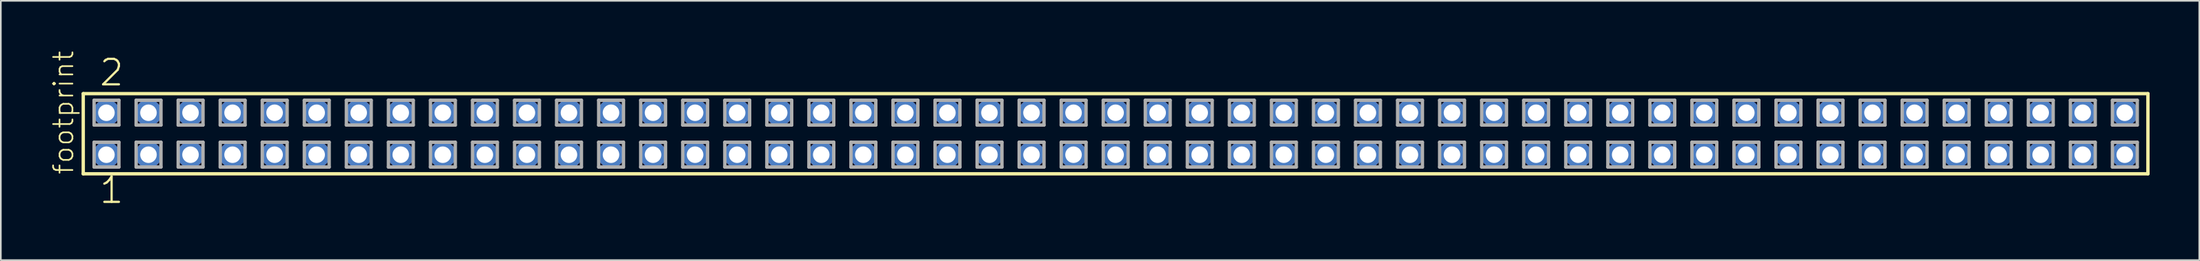
<source format=kicad_pcb>
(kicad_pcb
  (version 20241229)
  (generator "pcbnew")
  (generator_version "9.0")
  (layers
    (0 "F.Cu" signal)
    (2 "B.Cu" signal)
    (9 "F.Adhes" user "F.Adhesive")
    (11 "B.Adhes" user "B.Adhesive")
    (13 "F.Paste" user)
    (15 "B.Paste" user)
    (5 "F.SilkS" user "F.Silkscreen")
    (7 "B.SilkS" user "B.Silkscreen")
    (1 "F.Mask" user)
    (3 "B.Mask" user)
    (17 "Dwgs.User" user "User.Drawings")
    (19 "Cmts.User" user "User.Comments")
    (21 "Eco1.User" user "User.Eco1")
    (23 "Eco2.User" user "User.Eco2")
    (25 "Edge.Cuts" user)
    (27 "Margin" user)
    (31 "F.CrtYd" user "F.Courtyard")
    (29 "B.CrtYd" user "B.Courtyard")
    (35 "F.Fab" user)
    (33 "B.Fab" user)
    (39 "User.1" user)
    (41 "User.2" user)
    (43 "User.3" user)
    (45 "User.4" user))
  (footprint "footprint"
    (layer "F.Cu")
    (at 64.338 5.042)
    (property "Reference" "footprint" (at -62.865 2.54 90) (layer "F.SilkS") (effects (font (size 1.168 1.168) (thickness 0.102)) (justify left bottom)))
    (fp_line (start -62.359 -2.425) (end 62.359 -2.425) (stroke (width 0.203) (type solid)) (layer "F.SilkS"))
    (fp_line (start -62.359 2.425) (end -62.359 -2.425) (stroke (width 0.203) (type solid)) (layer "F.SilkS"))
    (fp_line (start 62.359 -2.425) (end 62.359 2.425) (stroke (width 0.203) (type solid)) (layer "F.SilkS"))
    (fp_line (start 62.359 2.425) (end -62.359 2.425) (stroke (width 0.203) (type solid)) (layer "F.SilkS"))
    (fp_line (start -61.705 -2.025) (end -60.205 -2.025) (stroke (width 0.203) (type solid)) (layer "F.Fab"))
    (fp_line (start -61.705 -0.525) (end -61.705 -2.025) (stroke (width 0.203) (type solid)) (layer "F.Fab"))
    (fp_line (start -61.705 0.515) (end -60.205 0.515) (stroke (width 0.203) (type solid)) (layer "F.Fab"))
    (fp_line (start -61.705 2.015) (end -61.705 0.515) (stroke (width 0.203) (type solid)) (layer "F.Fab"))
    (fp_line (start -60.205 -2.025) (end -60.205 -0.525) (stroke (width 0.203) (type solid)) (layer "F.Fab"))
    (fp_line (start -60.205 -0.525) (end -61.705 -0.525) (stroke (width 0.203) (type solid)) (layer "F.Fab"))
    (fp_line (start -60.205 0.515) (end -60.205 2.015) (stroke (width 0.203) (type solid)) (layer "F.Fab"))
    (fp_line (start -60.205 2.015) (end -61.705 2.015) (stroke (width 0.203) (type solid)) (layer "F.Fab"))
    (fp_line (start -59.165 -2.025) (end -57.665 -2.025) (stroke (width 0.203) (type solid)) (layer "F.Fab"))
    (fp_line (start -59.165 -0.525) (end -59.165 -2.025) (stroke (width 0.203) (type solid)) (layer "F.Fab"))
    (fp_line (start -59.165 0.515) (end -57.665 0.515) (stroke (width 0.203) (type solid)) (layer "F.Fab"))
    (fp_line (start -59.165 2.015) (end -59.165 0.515) (stroke (width 0.203) (type solid)) (layer "F.Fab"))
    (fp_line (start -57.665 -2.025) (end -57.665 -0.525) (stroke (width 0.203) (type solid)) (layer "F.Fab"))
    (fp_line (start -57.665 -0.525) (end -59.165 -0.525) (stroke (width 0.203) (type solid)) (layer "F.Fab"))
    (fp_line (start -57.665 0.515) (end -57.665 2.015) (stroke (width 0.203) (type solid)) (layer "F.Fab"))
    (fp_line (start -57.665 2.015) (end -59.165 2.015) (stroke (width 0.203) (type solid)) (layer "F.Fab"))
    (fp_line (start -56.625 -2.025) (end -55.125 -2.025) (stroke (width 0.203) (type solid)) (layer "F.Fab"))
    (fp_line (start -56.625 -0.525) (end -56.625 -2.025) (stroke (width 0.203) (type solid)) (layer "F.Fab"))
    (fp_line (start -56.625 0.515) (end -55.125 0.515) (stroke (width 0.203) (type solid)) (layer "F.Fab"))
    (fp_line (start -56.625 2.015) (end -56.625 0.515) (stroke (width 0.203) (type solid)) (layer "F.Fab"))
    (fp_line (start -55.125 -2.025) (end -55.125 -0.525) (stroke (width 0.203) (type solid)) (layer "F.Fab"))
    (fp_line (start -55.125 -0.525) (end -56.625 -0.525) (stroke (width 0.203) (type solid)) (layer "F.Fab"))
    (fp_line (start -55.125 0.515) (end -55.125 2.015) (stroke (width 0.203) (type solid)) (layer "F.Fab"))
    (fp_line (start -55.125 2.015) (end -56.625 2.015) (stroke (width 0.203) (type solid)) (layer "F.Fab"))
    (fp_line (start -54.085 -2.025) (end -52.585 -2.025) (stroke (width 0.203) (type solid)) (layer "F.Fab"))
    (fp_line (start -54.085 -0.525) (end -54.085 -2.025) (stroke (width 0.203) (type solid)) (layer "F.Fab"))
    (fp_line (start -54.085 0.515) (end -52.585 0.515) (stroke (width 0.203) (type solid)) (layer "F.Fab"))
    (fp_line (start -54.085 2.015) (end -54.085 0.515) (stroke (width 0.203) (type solid)) (layer "F.Fab"))
    (fp_line (start -52.585 -2.025) (end -52.585 -0.525) (stroke (width 0.203) (type solid)) (layer "F.Fab"))
    (fp_line (start -52.585 -0.525) (end -54.085 -0.525) (stroke (width 0.203) (type solid)) (layer "F.Fab"))
    (fp_line (start -52.585 0.515) (end -52.585 2.015) (stroke (width 0.203) (type solid)) (layer "F.Fab"))
    (fp_line (start -52.585 2.015) (end -54.085 2.015) (stroke (width 0.203) (type solid)) (layer "F.Fab"))
    (fp_line (start -51.545 -2.025) (end -50.045 -2.025) (stroke (width 0.203) (type solid)) (layer "F.Fab"))
    (fp_line (start -51.545 -0.525) (end -51.545 -2.025) (stroke (width 0.203) (type solid)) (layer "F.Fab"))
    (fp_line (start -51.545 0.515) (end -50.045 0.515) (stroke (width 0.203) (type solid)) (layer "F.Fab"))
    (fp_line (start -51.545 2.015) (end -51.545 0.515) (stroke (width 0.203) (type solid)) (layer "F.Fab"))
    (fp_line (start -50.045 -2.025) (end -50.045 -0.525) (stroke (width 0.203) (type solid)) (layer "F.Fab"))
    (fp_line (start -50.045 -0.525) (end -51.545 -0.525) (stroke (width 0.203) (type solid)) (layer "F.Fab"))
    (fp_line (start -50.045 0.515) (end -50.045 2.015) (stroke (width 0.203) (type solid)) (layer "F.Fab"))
    (fp_line (start -50.045 2.015) (end -51.545 2.015) (stroke (width 0.203) (type solid)) (layer "F.Fab"))
    (fp_line (start -49.005 -2.025) (end -47.505 -2.025) (stroke (width 0.203) (type solid)) (layer "F.Fab"))
    (fp_line (start -49.005 -0.525) (end -49.005 -2.025) (stroke (width 0.203) (type solid)) (layer "F.Fab"))
    (fp_line (start -49.005 0.515) (end -47.505 0.515) (stroke (width 0.203) (type solid)) (layer "F.Fab"))
    (fp_line (start -49.005 2.015) (end -49.005 0.515) (stroke (width 0.203) (type solid)) (layer "F.Fab"))
    (fp_line (start -47.505 -2.025) (end -47.505 -0.525) (stroke (width 0.203) (type solid)) (layer "F.Fab"))
    (fp_line (start -47.505 -0.525) (end -49.005 -0.525) (stroke (width 0.203) (type solid)) (layer "F.Fab"))
    (fp_line (start -47.505 0.515) (end -47.505 2.015) (stroke (width 0.203) (type solid)) (layer "F.Fab"))
    (fp_line (start -47.505 2.015) (end -49.005 2.015) (stroke (width 0.203) (type solid)) (layer "F.Fab"))
    (fp_line (start -46.465 -2.025) (end -44.965 -2.025) (stroke (width 0.203) (type solid)) (layer "F.Fab"))
    (fp_line (start -46.465 -0.525) (end -46.465 -2.025) (stroke (width 0.203) (type solid)) (layer "F.Fab"))
    (fp_line (start -46.465 0.515) (end -44.965 0.515) (stroke (width 0.203) (type solid)) (layer "F.Fab"))
    (fp_line (start -46.465 2.015) (end -46.465 0.515) (stroke (width 0.203) (type solid)) (layer "F.Fab"))
    (fp_line (start -44.965 -2.025) (end -44.965 -0.525) (stroke (width 0.203) (type solid)) (layer "F.Fab"))
    (fp_line (start -44.965 -0.525) (end -46.465 -0.525) (stroke (width 0.203) (type solid)) (layer "F.Fab"))
    (fp_line (start -44.965 0.515) (end -44.965 2.015) (stroke (width 0.203) (type solid)) (layer "F.Fab"))
    (fp_line (start -44.965 2.015) (end -46.465 2.015) (stroke (width 0.203) (type solid)) (layer "F.Fab"))
    (fp_line (start -43.925 -2.025) (end -42.425 -2.025) (stroke (width 0.203) (type solid)) (layer "F.Fab"))
    (fp_line (start -43.925 -0.525) (end -43.925 -2.025) (stroke (width 0.203) (type solid)) (layer "F.Fab"))
    (fp_line (start -43.925 0.515) (end -42.425 0.515) (stroke (width 0.203) (type solid)) (layer "F.Fab"))
    (fp_line (start -43.925 2.015) (end -43.925 0.515) (stroke (width 0.203) (type solid)) (layer "F.Fab"))
    (fp_line (start -42.425 -2.025) (end -42.425 -0.525) (stroke (width 0.203) (type solid)) (layer "F.Fab"))
    (fp_line (start -42.425 -0.525) (end -43.925 -0.525) (stroke (width 0.203) (type solid)) (layer "F.Fab"))
    (fp_line (start -42.425 0.515) (end -42.425 2.015) (stroke (width 0.203) (type solid)) (layer "F.Fab"))
    (fp_line (start -42.425 2.015) (end -43.925 2.015) (stroke (width 0.203) (type solid)) (layer "F.Fab"))
    (fp_line (start -41.385 -2.025) (end -39.885 -2.025) (stroke (width 0.203) (type solid)) (layer "F.Fab"))
    (fp_line (start -41.385 -0.525) (end -41.385 -2.025) (stroke (width 0.203) (type solid)) (layer "F.Fab"))
    (fp_line (start -41.385 0.515) (end -39.885 0.515) (stroke (width 0.203) (type solid)) (layer "F.Fab"))
    (fp_line (start -41.385 2.015) (end -41.385 0.515) (stroke (width 0.203) (type solid)) (layer "F.Fab"))
    (fp_line (start -39.885 -2.025) (end -39.885 -0.525) (stroke (width 0.203) (type solid)) (layer "F.Fab"))
    (fp_line (start -39.885 -0.525) (end -41.385 -0.525) (stroke (width 0.203) (type solid)) (layer "F.Fab"))
    (fp_line (start -39.885 0.515) (end -39.885 2.015) (stroke (width 0.203) (type solid)) (layer "F.Fab"))
    (fp_line (start -39.885 2.015) (end -41.385 2.015) (stroke (width 0.203) (type solid)) (layer "F.Fab"))
    (fp_line (start -38.845 -2.025) (end -37.345 -2.025) (stroke (width 0.203) (type solid)) (layer "F.Fab"))
    (fp_line (start -38.845 -0.525) (end -38.845 -2.025) (stroke (width 0.203) (type solid)) (layer "F.Fab"))
    (fp_line (start -38.845 0.515) (end -37.345 0.515) (stroke (width 0.203) (type solid)) (layer "F.Fab"))
    (fp_line (start -38.845 2.015) (end -38.845 0.515) (stroke (width 0.203) (type solid)) (layer "F.Fab"))
    (fp_line (start -37.345 -2.025) (end -37.345 -0.525) (stroke (width 0.203) (type solid)) (layer "F.Fab"))
    (fp_line (start -37.345 -0.525) (end -38.845 -0.525) (stroke (width 0.203) (type solid)) (layer "F.Fab"))
    (fp_line (start -37.345 0.515) (end -37.345 2.015) (stroke (width 0.203) (type solid)) (layer "F.Fab"))
    (fp_line (start -37.345 2.015) (end -38.845 2.015) (stroke (width 0.203) (type solid)) (layer "F.Fab"))
    (fp_line (start -36.305 -2.025) (end -34.805 -2.025) (stroke (width 0.203) (type solid)) (layer "F.Fab"))
    (fp_line (start -36.305 -0.525) (end -36.305 -2.025) (stroke (width 0.203) (type solid)) (layer "F.Fab"))
    (fp_line (start -36.305 0.515) (end -34.805 0.515) (stroke (width 0.203) (type solid)) (layer "F.Fab"))
    (fp_line (start -36.305 2.015) (end -36.305 0.515) (stroke (width 0.203) (type solid)) (layer "F.Fab"))
    (fp_line (start -34.805 -2.025) (end -34.805 -0.525) (stroke (width 0.203) (type solid)) (layer "F.Fab"))
    (fp_line (start -34.805 -0.525) (end -36.305 -0.525) (stroke (width 0.203) (type solid)) (layer "F.Fab"))
    (fp_line (start -34.805 0.515) (end -34.805 2.015) (stroke (width 0.203) (type solid)) (layer "F.Fab"))
    (fp_line (start -34.805 2.015) (end -36.305 2.015) (stroke (width 0.203) (type solid)) (layer "F.Fab"))
    (fp_line (start -33.765 -2.025) (end -32.265 -2.025) (stroke (width 0.203) (type solid)) (layer "F.Fab"))
    (fp_line (start -33.765 -0.525) (end -33.765 -2.025) (stroke (width 0.203) (type solid)) (layer "F.Fab"))
    (fp_line (start -33.765 0.515) (end -32.265 0.515) (stroke (width 0.203) (type solid)) (layer "F.Fab"))
    (fp_line (start -33.765 2.015) (end -33.765 0.515) (stroke (width 0.203) (type solid)) (layer "F.Fab"))
    (fp_line (start -32.265 -2.025) (end -32.265 -0.525) (stroke (width 0.203) (type solid)) (layer "F.Fab"))
    (fp_line (start -32.265 -0.525) (end -33.765 -0.525) (stroke (width 0.203) (type solid)) (layer "F.Fab"))
    (fp_line (start -32.265 0.515) (end -32.265 2.015) (stroke (width 0.203) (type solid)) (layer "F.Fab"))
    (fp_line (start -32.265 2.015) (end -33.765 2.015) (stroke (width 0.203) (type solid)) (layer "F.Fab"))
    (fp_line (start -31.225 -2.025) (end -29.725 -2.025) (stroke (width 0.203) (type solid)) (layer "F.Fab"))
    (fp_line (start -31.225 -0.525) (end -31.225 -2.025) (stroke (width 0.203) (type solid)) (layer "F.Fab"))
    (fp_line (start -31.225 0.515) (end -29.725 0.515) (stroke (width 0.203) (type solid)) (layer "F.Fab"))
    (fp_line (start -31.225 2.015) (end -31.225 0.515) (stroke (width 0.203) (type solid)) (layer "F.Fab"))
    (fp_line (start -29.725 -2.025) (end -29.725 -0.525) (stroke (width 0.203) (type solid)) (layer "F.Fab"))
    (fp_line (start -29.725 -0.525) (end -31.225 -0.525) (stroke (width 0.203) (type solid)) (layer "F.Fab"))
    (fp_line (start -29.725 0.515) (end -29.725 2.015) (stroke (width 0.203) (type solid)) (layer "F.Fab"))
    (fp_line (start -29.725 2.015) (end -31.225 2.015) (stroke (width 0.203) (type solid)) (layer "F.Fab"))
    (fp_line (start -28.685 -2.025) (end -27.185 -2.025) (stroke (width 0.203) (type solid)) (layer "F.Fab"))
    (fp_line (start -28.685 -0.525) (end -28.685 -2.025) (stroke (width 0.203) (type solid)) (layer "F.Fab"))
    (fp_line (start -28.685 0.515) (end -27.185 0.515) (stroke (width 0.203) (type solid)) (layer "F.Fab"))
    (fp_line (start -28.685 2.015) (end -28.685 0.515) (stroke (width 0.203) (type solid)) (layer "F.Fab"))
    (fp_line (start -27.185 -2.025) (end -27.185 -0.525) (stroke (width 0.203) (type solid)) (layer "F.Fab"))
    (fp_line (start -27.185 -0.525) (end -28.685 -0.525) (stroke (width 0.203) (type solid)) (layer "F.Fab"))
    (fp_line (start -27.185 0.515) (end -27.185 2.015) (stroke (width 0.203) (type solid)) (layer "F.Fab"))
    (fp_line (start -27.185 2.015) (end -28.685 2.015) (stroke (width 0.203) (type solid)) (layer "F.Fab"))
    (fp_line (start -26.145 -2.025) (end -24.645 -2.025) (stroke (width 0.203) (type solid)) (layer "F.Fab"))
    (fp_line (start -26.145 -0.525) (end -26.145 -2.025) (stroke (width 0.203) (type solid)) (layer "F.Fab"))
    (fp_line (start -26.145 0.515) (end -24.645 0.515) (stroke (width 0.203) (type solid)) (layer "F.Fab"))
    (fp_line (start -26.145 2.015) (end -26.145 0.515) (stroke (width 0.203) (type solid)) (layer "F.Fab"))
    (fp_line (start -24.645 -2.025) (end -24.645 -0.525) (stroke (width 0.203) (type solid)) (layer "F.Fab"))
    (fp_line (start -24.645 -0.525) (end -26.145 -0.525) (stroke (width 0.203) (type solid)) (layer "F.Fab"))
    (fp_line (start -24.645 0.515) (end -24.645 2.015) (stroke (width 0.203) (type solid)) (layer "F.Fab"))
    (fp_line (start -24.645 2.015) (end -26.145 2.015) (stroke (width 0.203) (type solid)) (layer "F.Fab"))
    (fp_line (start -23.605 -2.025) (end -22.105 -2.025) (stroke (width 0.203) (type solid)) (layer "F.Fab"))
    (fp_line (start -23.605 -0.525) (end -23.605 -2.025) (stroke (width 0.203) (type solid)) (layer "F.Fab"))
    (fp_line (start -23.605 0.515) (end -22.105 0.515) (stroke (width 0.203) (type solid)) (layer "F.Fab"))
    (fp_line (start -23.605 2.015) (end -23.605 0.515) (stroke (width 0.203) (type solid)) (layer "F.Fab"))
    (fp_line (start -22.105 -2.025) (end -22.105 -0.525) (stroke (width 0.203) (type solid)) (layer "F.Fab"))
    (fp_line (start -22.105 -0.525) (end -23.605 -0.525) (stroke (width 0.203) (type solid)) (layer "F.Fab"))
    (fp_line (start -22.105 0.515) (end -22.105 2.015) (stroke (width 0.203) (type solid)) (layer "F.Fab"))
    (fp_line (start -22.105 2.015) (end -23.605 2.015) (stroke (width 0.203) (type solid)) (layer "F.Fab"))
    (fp_line (start -21.065 -2.025) (end -19.565 -2.025) (stroke (width 0.203) (type solid)) (layer "F.Fab"))
    (fp_line (start -21.065 -0.525) (end -21.065 -2.025) (stroke (width 0.203) (type solid)) (layer "F.Fab"))
    (fp_line (start -21.065 0.515) (end -19.565 0.515) (stroke (width 0.203) (type solid)) (layer "F.Fab"))
    (fp_line (start -21.065 2.015) (end -21.065 0.515) (stroke (width 0.203) (type solid)) (layer "F.Fab"))
    (fp_line (start -19.565 -2.025) (end -19.565 -0.525) (stroke (width 0.203) (type solid)) (layer "F.Fab"))
    (fp_line (start -19.565 -0.525) (end -21.065 -0.525) (stroke (width 0.203) (type solid)) (layer "F.Fab"))
    (fp_line (start -19.565 0.515) (end -19.565 2.015) (stroke (width 0.203) (type solid)) (layer "F.Fab"))
    (fp_line (start -19.565 2.015) (end -21.065 2.015) (stroke (width 0.203) (type solid)) (layer "F.Fab"))
    (fp_line (start -18.525 -2.025) (end -17.025 -2.025) (stroke (width 0.203) (type solid)) (layer "F.Fab"))
    (fp_line (start -18.525 -0.525) (end -18.525 -2.025) (stroke (width 0.203) (type solid)) (layer "F.Fab"))
    (fp_line (start -18.525 0.515) (end -17.025 0.515) (stroke (width 0.203) (type solid)) (layer "F.Fab"))
    (fp_line (start -18.525 2.015) (end -18.525 0.515) (stroke (width 0.203) (type solid)) (layer "F.Fab"))
    (fp_line (start -17.025 -2.025) (end -17.025 -0.525) (stroke (width 0.203) (type solid)) (layer "F.Fab"))
    (fp_line (start -17.025 -0.525) (end -18.525 -0.525) (stroke (width 0.203) (type solid)) (layer "F.Fab"))
    (fp_line (start -17.025 0.515) (end -17.025 2.015) (stroke (width 0.203) (type solid)) (layer "F.Fab"))
    (fp_line (start -17.025 2.015) (end -18.525 2.015) (stroke (width 0.203) (type solid)) (layer "F.Fab"))
    (fp_line (start -15.985 -2.025) (end -14.485 -2.025) (stroke (width 0.203) (type solid)) (layer "F.Fab"))
    (fp_line (start -15.985 -0.525) (end -15.985 -2.025) (stroke (width 0.203) (type solid)) (layer "F.Fab"))
    (fp_line (start -15.985 0.515) (end -14.485 0.515) (stroke (width 0.203) (type solid)) (layer "F.Fab"))
    (fp_line (start -15.985 2.015) (end -15.985 0.515) (stroke (width 0.203) (type solid)) (layer "F.Fab"))
    (fp_line (start -14.485 -2.025) (end -14.485 -0.525) (stroke (width 0.203) (type solid)) (layer "F.Fab"))
    (fp_line (start -14.485 -0.525) (end -15.985 -0.525) (stroke (width 0.203) (type solid)) (layer "F.Fab"))
    (fp_line (start -14.485 0.515) (end -14.485 2.015) (stroke (width 0.203) (type solid)) (layer "F.Fab"))
    (fp_line (start -14.485 2.015) (end -15.985 2.015) (stroke (width 0.203) (type solid)) (layer "F.Fab"))
    (fp_line (start -13.445 -2.025) (end -11.945 -2.025) (stroke (width 0.203) (type solid)) (layer "F.Fab"))
    (fp_line (start -13.445 -0.525) (end -13.445 -2.025) (stroke (width 0.203) (type solid)) (layer "F.Fab"))
    (fp_line (start -13.445 0.515) (end -11.945 0.515) (stroke (width 0.203) (type solid)) (layer "F.Fab"))
    (fp_line (start -13.445 2.015) (end -13.445 0.515) (stroke (width 0.203) (type solid)) (layer "F.Fab"))
    (fp_line (start -11.945 -2.025) (end -11.945 -0.525) (stroke (width 0.203) (type solid)) (layer "F.Fab"))
    (fp_line (start -11.945 -0.525) (end -13.445 -0.525) (stroke (width 0.203) (type solid)) (layer "F.Fab"))
    (fp_line (start -11.945 0.515) (end -11.945 2.015) (stroke (width 0.203) (type solid)) (layer "F.Fab"))
    (fp_line (start -11.945 2.015) (end -13.445 2.015) (stroke (width 0.203) (type solid)) (layer "F.Fab"))
    (fp_line (start -10.905 -2.025) (end -9.405 -2.025) (stroke (width 0.203) (type solid)) (layer "F.Fab"))
    (fp_line (start -10.905 -0.525) (end -10.905 -2.025) (stroke (width 0.203) (type solid)) (layer "F.Fab"))
    (fp_line (start -10.905 0.515) (end -9.405 0.515) (stroke (width 0.203) (type solid)) (layer "F.Fab"))
    (fp_line (start -10.905 2.015) (end -10.905 0.515) (stroke (width 0.203) (type solid)) (layer "F.Fab"))
    (fp_line (start -9.405 -2.025) (end -9.405 -0.525) (stroke (width 0.203) (type solid)) (layer "F.Fab"))
    (fp_line (start -9.405 -0.525) (end -10.905 -0.525) (stroke (width 0.203) (type solid)) (layer "F.Fab"))
    (fp_line (start -9.405 0.515) (end -9.405 2.015) (stroke (width 0.203) (type solid)) (layer "F.Fab"))
    (fp_line (start -9.405 2.015) (end -10.905 2.015) (stroke (width 0.203) (type solid)) (layer "F.Fab"))
    (fp_line (start -8.365 -2.025) (end -6.865 -2.025) (stroke (width 0.203) (type solid)) (layer "F.Fab"))
    (fp_line (start -8.365 -0.525) (end -8.365 -2.025) (stroke (width 0.203) (type solid)) (layer "F.Fab"))
    (fp_line (start -8.365 0.515) (end -6.865 0.515) (stroke (width 0.203) (type solid)) (layer "F.Fab"))
    (fp_line (start -8.365 2.015) (end -8.365 0.515) (stroke (width 0.203) (type solid)) (layer "F.Fab"))
    (fp_line (start -6.865 -2.025) (end -6.865 -0.525) (stroke (width 0.203) (type solid)) (layer "F.Fab"))
    (fp_line (start -6.865 -0.525) (end -8.365 -0.525) (stroke (width 0.203) (type solid)) (layer "F.Fab"))
    (fp_line (start -6.865 0.515) (end -6.865 2.015) (stroke (width 0.203) (type solid)) (layer "F.Fab"))
    (fp_line (start -6.865 2.015) (end -8.365 2.015) (stroke (width 0.203) (type solid)) (layer "F.Fab"))
    (fp_line (start -5.825 -2.025) (end -4.325 -2.025) (stroke (width 0.203) (type solid)) (layer "F.Fab"))
    (fp_line (start -5.825 -0.525) (end -5.825 -2.025) (stroke (width 0.203) (type solid)) (layer "F.Fab"))
    (fp_line (start -5.825 0.515) (end -4.325 0.515) (stroke (width 0.203) (type solid)) (layer "F.Fab"))
    (fp_line (start -5.825 2.015) (end -5.825 0.515) (stroke (width 0.203) (type solid)) (layer "F.Fab"))
    (fp_line (start -4.325 -2.025) (end -4.325 -0.525) (stroke (width 0.203) (type solid)) (layer "F.Fab"))
    (fp_line (start -4.325 -0.525) (end -5.825 -0.525) (stroke (width 0.203) (type solid)) (layer "F.Fab"))
    (fp_line (start -4.325 0.515) (end -4.325 2.015) (stroke (width 0.203) (type solid)) (layer "F.Fab"))
    (fp_line (start -4.325 2.015) (end -5.825 2.015) (stroke (width 0.203) (type solid)) (layer "F.Fab"))
    (fp_line (start -3.285 -2.025) (end -1.785 -2.025) (stroke (width 0.203) (type solid)) (layer "F.Fab"))
    (fp_line (start -3.285 -0.525) (end -3.285 -2.025) (stroke (width 0.203) (type solid)) (layer "F.Fab"))
    (fp_line (start -3.285 0.515) (end -1.785 0.515) (stroke (width 0.203) (type solid)) (layer "F.Fab"))
    (fp_line (start -3.285 2.015) (end -3.285 0.515) (stroke (width 0.203) (type solid)) (layer "F.Fab"))
    (fp_line (start -1.785 -2.025) (end -1.785 -0.525) (stroke (width 0.203) (type solid)) (layer "F.Fab"))
    (fp_line (start -1.785 -0.525) (end -3.285 -0.525) (stroke (width 0.203) (type solid)) (layer "F.Fab"))
    (fp_line (start -1.785 0.515) (end -1.785 2.015) (stroke (width 0.203) (type solid)) (layer "F.Fab"))
    (fp_line (start -1.785 2.015) (end -3.285 2.015) (stroke (width 0.203) (type solid)) (layer "F.Fab"))
    (fp_line (start -0.745 -2.025) (end 0.755 -2.025) (stroke (width 0.203) (type solid)) (layer "F.Fab"))
    (fp_line (start -0.745 -0.525) (end -0.745 -2.025) (stroke (width 0.203) (type solid)) (layer "F.Fab"))
    (fp_line (start -0.745 0.515) (end 0.755 0.515) (stroke (width 0.203) (type solid)) (layer "F.Fab"))
    (fp_line (start -0.745 2.015) (end -0.745 0.515) (stroke (width 0.203) (type solid)) (layer "F.Fab"))
    (fp_line (start 0.755 -2.025) (end 0.755 -0.525) (stroke (width 0.203) (type solid)) (layer "F.Fab"))
    (fp_line (start 0.755 -0.525) (end -0.745 -0.525) (stroke (width 0.203) (type solid)) (layer "F.Fab"))
    (fp_line (start 0.755 0.515) (end 0.755 2.015) (stroke (width 0.203) (type solid)) (layer "F.Fab"))
    (fp_line (start 0.755 2.015) (end -0.745 2.015) (stroke (width 0.203) (type solid)) (layer "F.Fab"))
    (fp_line (start 1.795 -2.025) (end 3.295 -2.025) (stroke (width 0.203) (type solid)) (layer "F.Fab"))
    (fp_line (start 1.795 -0.525) (end 1.795 -2.025) (stroke (width 0.203) (type solid)) (layer "F.Fab"))
    (fp_line (start 1.795 0.515) (end 3.295 0.515) (stroke (width 0.203) (type solid)) (layer "F.Fab"))
    (fp_line (start 1.795 2.015) (end 1.795 0.515) (stroke (width 0.203) (type solid)) (layer "F.Fab"))
    (fp_line (start 3.295 -2.025) (end 3.295 -0.525) (stroke (width 0.203) (type solid)) (layer "F.Fab"))
    (fp_line (start 3.295 -0.525) (end 1.795 -0.525) (stroke (width 0.203) (type solid)) (layer "F.Fab"))
    (fp_line (start 3.295 0.515) (end 3.295 2.015) (stroke (width 0.203) (type solid)) (layer "F.Fab"))
    (fp_line (start 3.295 2.015) (end 1.795 2.015) (stroke (width 0.203) (type solid)) (layer "F.Fab"))
    (fp_line (start 4.335 -2.025) (end 5.835 -2.025) (stroke (width 0.203) (type solid)) (layer "F.Fab"))
    (fp_line (start 4.335 -0.525) (end 4.335 -2.025) (stroke (width 0.203) (type solid)) (layer "F.Fab"))
    (fp_line (start 4.335 0.515) (end 5.835 0.515) (stroke (width 0.203) (type solid)) (layer "F.Fab"))
    (fp_line (start 4.335 2.015) (end 4.335 0.515) (stroke (width 0.203) (type solid)) (layer "F.Fab"))
    (fp_line (start 5.835 -2.025) (end 5.835 -0.525) (stroke (width 0.203) (type solid)) (layer "F.Fab"))
    (fp_line (start 5.835 -0.525) (end 4.335 -0.525) (stroke (width 0.203) (type solid)) (layer "F.Fab"))
    (fp_line (start 5.835 0.515) (end 5.835 2.015) (stroke (width 0.203) (type solid)) (layer "F.Fab"))
    (fp_line (start 5.835 2.015) (end 4.335 2.015) (stroke (width 0.203) (type solid)) (layer "F.Fab"))
    (fp_line (start 6.875 -2.025) (end 8.375 -2.025) (stroke (width 0.203) (type solid)) (layer "F.Fab"))
    (fp_line (start 6.875 -0.525) (end 6.875 -2.025) (stroke (width 0.203) (type solid)) (layer "F.Fab"))
    (fp_line (start 6.875 0.515) (end 8.375 0.515) (stroke (width 0.203) (type solid)) (layer "F.Fab"))
    (fp_line (start 6.875 2.015) (end 6.875 0.515) (stroke (width 0.203) (type solid)) (layer "F.Fab"))
    (fp_line (start 8.375 -2.025) (end 8.375 -0.525) (stroke (width 0.203) (type solid)) (layer "F.Fab"))
    (fp_line (start 8.375 -0.525) (end 6.875 -0.525) (stroke (width 0.203) (type solid)) (layer "F.Fab"))
    (fp_line (start 8.375 0.515) (end 8.375 2.015) (stroke (width 0.203) (type solid)) (layer "F.Fab"))
    (fp_line (start 8.375 2.015) (end 6.875 2.015) (stroke (width 0.203) (type solid)) (layer "F.Fab"))
    (fp_line (start 9.415 -2.025) (end 10.915 -2.025) (stroke (width 0.203) (type solid)) (layer "F.Fab"))
    (fp_line (start 9.415 -0.525) (end 9.415 -2.025) (stroke (width 0.203) (type solid)) (layer "F.Fab"))
    (fp_line (start 9.415 0.515) (end 10.915 0.515) (stroke (width 0.203) (type solid)) (layer "F.Fab"))
    (fp_line (start 9.415 2.015) (end 9.415 0.515) (stroke (width 0.203) (type solid)) (layer "F.Fab"))
    (fp_line (start 10.915 -2.025) (end 10.915 -0.525) (stroke (width 0.203) (type solid)) (layer "F.Fab"))
    (fp_line (start 10.915 -0.525) (end 9.415 -0.525) (stroke (width 0.203) (type solid)) (layer "F.Fab"))
    (fp_line (start 10.915 0.515) (end 10.915 2.015) (stroke (width 0.203) (type solid)) (layer "F.Fab"))
    (fp_line (start 10.915 2.015) (end 9.415 2.015) (stroke (width 0.203) (type solid)) (layer "F.Fab"))
    (fp_line (start 11.955 -2.025) (end 13.455 -2.025) (stroke (width 0.203) (type solid)) (layer "F.Fab"))
    (fp_line (start 11.955 -0.525) (end 11.955 -2.025) (stroke (width 0.203) (type solid)) (layer "F.Fab"))
    (fp_line (start 11.955 0.515) (end 13.455 0.515) (stroke (width 0.203) (type solid)) (layer "F.Fab"))
    (fp_line (start 11.955 2.015) (end 11.955 0.515) (stroke (width 0.203) (type solid)) (layer "F.Fab"))
    (fp_line (start 13.455 -2.025) (end 13.455 -0.525) (stroke (width 0.203) (type solid)) (layer "F.Fab"))
    (fp_line (start 13.455 -0.525) (end 11.955 -0.525) (stroke (width 0.203) (type solid)) (layer "F.Fab"))
    (fp_line (start 13.455 0.515) (end 13.455 2.015) (stroke (width 0.203) (type solid)) (layer "F.Fab"))
    (fp_line (start 13.455 2.015) (end 11.955 2.015) (stroke (width 0.203) (type solid)) (layer "F.Fab"))
    (fp_line (start 14.495 -2.025) (end 15.995 -2.025) (stroke (width 0.203) (type solid)) (layer "F.Fab"))
    (fp_line (start 14.495 -0.525) (end 14.495 -2.025) (stroke (width 0.203) (type solid)) (layer "F.Fab"))
    (fp_line (start 14.495 0.515) (end 15.995 0.515) (stroke (width 0.203) (type solid)) (layer "F.Fab"))
    (fp_line (start 14.495 2.015) (end 14.495 0.515) (stroke (width 0.203) (type solid)) (layer "F.Fab"))
    (fp_line (start 15.995 -2.025) (end 15.995 -0.525) (stroke (width 0.203) (type solid)) (layer "F.Fab"))
    (fp_line (start 15.995 -0.525) (end 14.495 -0.525) (stroke (width 0.203) (type solid)) (layer "F.Fab"))
    (fp_line (start 15.995 0.515) (end 15.995 2.015) (stroke (width 0.203) (type solid)) (layer "F.Fab"))
    (fp_line (start 15.995 2.015) (end 14.495 2.015) (stroke (width 0.203) (type solid)) (layer "F.Fab"))
    (fp_line (start 17.035 -2.025) (end 18.535 -2.025) (stroke (width 0.203) (type solid)) (layer "F.Fab"))
    (fp_line (start 17.035 -0.525) (end 17.035 -2.025) (stroke (width 0.203) (type solid)) (layer "F.Fab"))
    (fp_line (start 17.035 0.515) (end 18.535 0.515) (stroke (width 0.203) (type solid)) (layer "F.Fab"))
    (fp_line (start 17.035 2.015) (end 17.035 0.515) (stroke (width 0.203) (type solid)) (layer "F.Fab"))
    (fp_line (start 18.535 -2.025) (end 18.535 -0.525) (stroke (width 0.203) (type solid)) (layer "F.Fab"))
    (fp_line (start 18.535 -0.525) (end 17.035 -0.525) (stroke (width 0.203) (type solid)) (layer "F.Fab"))
    (fp_line (start 18.535 0.515) (end 18.535 2.015) (stroke (width 0.203) (type solid)) (layer "F.Fab"))
    (fp_line (start 18.535 2.015) (end 17.035 2.015) (stroke (width 0.203) (type solid)) (layer "F.Fab"))
    (fp_line (start 19.575 -2.025) (end 21.075 -2.025) (stroke (width 0.203) (type solid)) (layer "F.Fab"))
    (fp_line (start 19.575 -0.525) (end 19.575 -2.025) (stroke (width 0.203) (type solid)) (layer "F.Fab"))
    (fp_line (start 19.575 0.515) (end 21.075 0.515) (stroke (width 0.203) (type solid)) (layer "F.Fab"))
    (fp_line (start 19.575 2.015) (end 19.575 0.515) (stroke (width 0.203) (type solid)) (layer "F.Fab"))
    (fp_line (start 21.075 -2.025) (end 21.075 -0.525) (stroke (width 0.203) (type solid)) (layer "F.Fab"))
    (fp_line (start 21.075 -0.525) (end 19.575 -0.525) (stroke (width 0.203) (type solid)) (layer "F.Fab"))
    (fp_line (start 21.075 0.515) (end 21.075 2.015) (stroke (width 0.203) (type solid)) (layer "F.Fab"))
    (fp_line (start 21.075 2.015) (end 19.575 2.015) (stroke (width 0.203) (type solid)) (layer "F.Fab"))
    (fp_line (start 22.115 -2.025) (end 23.615 -2.025) (stroke (width 0.203) (type solid)) (layer "F.Fab"))
    (fp_line (start 22.115 -0.525) (end 22.115 -2.025) (stroke (width 0.203) (type solid)) (layer "F.Fab"))
    (fp_line (start 22.115 0.515) (end 23.615 0.515) (stroke (width 0.203) (type solid)) (layer "F.Fab"))
    (fp_line (start 22.115 2.015) (end 22.115 0.515) (stroke (width 0.203) (type solid)) (layer "F.Fab"))
    (fp_line (start 23.615 -2.025) (end 23.615 -0.525) (stroke (width 0.203) (type solid)) (layer "F.Fab"))
    (fp_line (start 23.615 -0.525) (end 22.115 -0.525) (stroke (width 0.203) (type solid)) (layer "F.Fab"))
    (fp_line (start 23.615 0.515) (end 23.615 2.015) (stroke (width 0.203) (type solid)) (layer "F.Fab"))
    (fp_line (start 23.615 2.015) (end 22.115 2.015) (stroke (width 0.203) (type solid)) (layer "F.Fab"))
    (fp_line (start 24.655 -2.025) (end 26.155 -2.025) (stroke (width 0.203) (type solid)) (layer "F.Fab"))
    (fp_line (start 24.655 -0.525) (end 24.655 -2.025) (stroke (width 0.203) (type solid)) (layer "F.Fab"))
    (fp_line (start 24.655 0.515) (end 26.155 0.515) (stroke (width 0.203) (type solid)) (layer "F.Fab"))
    (fp_line (start 24.655 2.015) (end 24.655 0.515) (stroke (width 0.203) (type solid)) (layer "F.Fab"))
    (fp_line (start 26.155 -2.025) (end 26.155 -0.525) (stroke (width 0.203) (type solid)) (layer "F.Fab"))
    (fp_line (start 26.155 -0.525) (end 24.655 -0.525) (stroke (width 0.203) (type solid)) (layer "F.Fab"))
    (fp_line (start 26.155 0.515) (end 26.155 2.015) (stroke (width 0.203) (type solid)) (layer "F.Fab"))
    (fp_line (start 26.155 2.015) (end 24.655 2.015) (stroke (width 0.203) (type solid)) (layer "F.Fab"))
    (fp_line (start 27.195 -2.025) (end 28.695 -2.025) (stroke (width 0.203) (type solid)) (layer "F.Fab"))
    (fp_line (start 27.195 -0.525) (end 27.195 -2.025) (stroke (width 0.203) (type solid)) (layer "F.Fab"))
    (fp_line (start 27.195 0.515) (end 28.695 0.515) (stroke (width 0.203) (type solid)) (layer "F.Fab"))
    (fp_line (start 27.195 2.015) (end 27.195 0.515) (stroke (width 0.203) (type solid)) (layer "F.Fab"))
    (fp_line (start 28.695 -2.025) (end 28.695 -0.525) (stroke (width 0.203) (type solid)) (layer "F.Fab"))
    (fp_line (start 28.695 -0.525) (end 27.195 -0.525) (stroke (width 0.203) (type solid)) (layer "F.Fab"))
    (fp_line (start 28.695 0.515) (end 28.695 2.015) (stroke (width 0.203) (type solid)) (layer "F.Fab"))
    (fp_line (start 28.695 2.015) (end 27.195 2.015) (stroke (width 0.203) (type solid)) (layer "F.Fab"))
    (fp_line (start 29.735 -2.025) (end 31.235 -2.025) (stroke (width 0.203) (type solid)) (layer "F.Fab"))
    (fp_line (start 29.735 -0.525) (end 29.735 -2.025) (stroke (width 0.203) (type solid)) (layer "F.Fab"))
    (fp_line (start 29.735 0.515) (end 31.235 0.515) (stroke (width 0.203) (type solid)) (layer "F.Fab"))
    (fp_line (start 29.735 2.015) (end 29.735 0.515) (stroke (width 0.203) (type solid)) (layer "F.Fab"))
    (fp_line (start 31.235 -2.025) (end 31.235 -0.525) (stroke (width 0.203) (type solid)) (layer "F.Fab"))
    (fp_line (start 31.235 -0.525) (end 29.735 -0.525) (stroke (width 0.203) (type solid)) (layer "F.Fab"))
    (fp_line (start 31.235 0.515) (end 31.235 2.015) (stroke (width 0.203) (type solid)) (layer "F.Fab"))
    (fp_line (start 31.235 2.015) (end 29.735 2.015) (stroke (width 0.203) (type solid)) (layer "F.Fab"))
    (fp_line (start 32.275 -2.025) (end 33.775 -2.025) (stroke (width 0.203) (type solid)) (layer "F.Fab"))
    (fp_line (start 32.275 -0.525) (end 32.275 -2.025) (stroke (width 0.203) (type solid)) (layer "F.Fab"))
    (fp_line (start 32.275 0.515) (end 33.775 0.515) (stroke (width 0.203) (type solid)) (layer "F.Fab"))
    (fp_line (start 32.275 2.015) (end 32.275 0.515) (stroke (width 0.203) (type solid)) (layer "F.Fab"))
    (fp_line (start 33.775 -2.025) (end 33.775 -0.525) (stroke (width 0.203) (type solid)) (layer "F.Fab"))
    (fp_line (start 33.775 -0.525) (end 32.275 -0.525) (stroke (width 0.203) (type solid)) (layer "F.Fab"))
    (fp_line (start 33.775 0.515) (end 33.775 2.015) (stroke (width 0.203) (type solid)) (layer "F.Fab"))
    (fp_line (start 33.775 2.015) (end 32.275 2.015) (stroke (width 0.203) (type solid)) (layer "F.Fab"))
    (fp_line (start 34.815 -2.025) (end 36.315 -2.025) (stroke (width 0.203) (type solid)) (layer "F.Fab"))
    (fp_line (start 34.815 -0.525) (end 34.815 -2.025) (stroke (width 0.203) (type solid)) (layer "F.Fab"))
    (fp_line (start 34.815 0.515) (end 36.315 0.515) (stroke (width 0.203) (type solid)) (layer "F.Fab"))
    (fp_line (start 34.815 2.015) (end 34.815 0.515) (stroke (width 0.203) (type solid)) (layer "F.Fab"))
    (fp_line (start 36.315 -2.025) (end 36.315 -0.525) (stroke (width 0.203) (type solid)) (layer "F.Fab"))
    (fp_line (start 36.315 -0.525) (end 34.815 -0.525) (stroke (width 0.203) (type solid)) (layer "F.Fab"))
    (fp_line (start 36.315 0.515) (end 36.315 2.015) (stroke (width 0.203) (type solid)) (layer "F.Fab"))
    (fp_line (start 36.315 2.015) (end 34.815 2.015) (stroke (width 0.203) (type solid)) (layer "F.Fab"))
    (fp_line (start 37.355 -2.025) (end 38.855 -2.025) (stroke (width 0.203) (type solid)) (layer "F.Fab"))
    (fp_line (start 37.355 -0.525) (end 37.355 -2.025) (stroke (width 0.203) (type solid)) (layer "F.Fab"))
    (fp_line (start 37.355 0.515) (end 38.855 0.515) (stroke (width 0.203) (type solid)) (layer "F.Fab"))
    (fp_line (start 37.355 2.015) (end 37.355 0.515) (stroke (width 0.203) (type solid)) (layer "F.Fab"))
    (fp_line (start 38.855 -2.025) (end 38.855 -0.525) (stroke (width 0.203) (type solid)) (layer "F.Fab"))
    (fp_line (start 38.855 -0.525) (end 37.355 -0.525) (stroke (width 0.203) (type solid)) (layer "F.Fab"))
    (fp_line (start 38.855 0.515) (end 38.855 2.015) (stroke (width 0.203) (type solid)) (layer "F.Fab"))
    (fp_line (start 38.855 2.015) (end 37.355 2.015) (stroke (width 0.203) (type solid)) (layer "F.Fab"))
    (fp_line (start 39.895 -2.025) (end 41.395 -2.025) (stroke (width 0.203) (type solid)) (layer "F.Fab"))
    (fp_line (start 39.895 -0.525) (end 39.895 -2.025) (stroke (width 0.203) (type solid)) (layer "F.Fab"))
    (fp_line (start 39.895 0.515) (end 41.395 0.515) (stroke (width 0.203) (type solid)) (layer "F.Fab"))
    (fp_line (start 39.895 2.015) (end 39.895 0.515) (stroke (width 0.203) (type solid)) (layer "F.Fab"))
    (fp_line (start 41.395 -2.025) (end 41.395 -0.525) (stroke (width 0.203) (type solid)) (layer "F.Fab"))
    (fp_line (start 41.395 -0.525) (end 39.895 -0.525) (stroke (width 0.203) (type solid)) (layer "F.Fab"))
    (fp_line (start 41.395 0.515) (end 41.395 2.015) (stroke (width 0.203) (type solid)) (layer "F.Fab"))
    (fp_line (start 41.395 2.015) (end 39.895 2.015) (stroke (width 0.203) (type solid)) (layer "F.Fab"))
    (fp_line (start 42.435 -2.025) (end 43.935 -2.025) (stroke (width 0.203) (type solid)) (layer "F.Fab"))
    (fp_line (start 42.435 -0.525) (end 42.435 -2.025) (stroke (width 0.203) (type solid)) (layer "F.Fab"))
    (fp_line (start 42.435 0.515) (end 43.935 0.515) (stroke (width 0.203) (type solid)) (layer "F.Fab"))
    (fp_line (start 42.435 2.015) (end 42.435 0.515) (stroke (width 0.203) (type solid)) (layer "F.Fab"))
    (fp_line (start 43.935 -2.025) (end 43.935 -0.525) (stroke (width 0.203) (type solid)) (layer "F.Fab"))
    (fp_line (start 43.935 -0.525) (end 42.435 -0.525) (stroke (width 0.203) (type solid)) (layer "F.Fab"))
    (fp_line (start 43.935 0.515) (end 43.935 2.015) (stroke (width 0.203) (type solid)) (layer "F.Fab"))
    (fp_line (start 43.935 2.015) (end 42.435 2.015) (stroke (width 0.203) (type solid)) (layer "F.Fab"))
    (fp_line (start 44.975 -2.025) (end 46.475 -2.025) (stroke (width 0.203) (type solid)) (layer "F.Fab"))
    (fp_line (start 44.975 -0.525) (end 44.975 -2.025) (stroke (width 0.203) (type solid)) (layer "F.Fab"))
    (fp_line (start 44.975 0.515) (end 46.475 0.515) (stroke (width 0.203) (type solid)) (layer "F.Fab"))
    (fp_line (start 44.975 2.015) (end 44.975 0.515) (stroke (width 0.203) (type solid)) (layer "F.Fab"))
    (fp_line (start 46.475 -2.025) (end 46.475 -0.525) (stroke (width 0.203) (type solid)) (layer "F.Fab"))
    (fp_line (start 46.475 -0.525) (end 44.975 -0.525) (stroke (width 0.203) (type solid)) (layer "F.Fab"))
    (fp_line (start 46.475 0.515) (end 46.475 2.015) (stroke (width 0.203) (type solid)) (layer "F.Fab"))
    (fp_line (start 46.475 2.015) (end 44.975 2.015) (stroke (width 0.203) (type solid)) (layer "F.Fab"))
    (fp_line (start 47.515 -2.025) (end 49.015 -2.025) (stroke (width 0.203) (type solid)) (layer "F.Fab"))
    (fp_line (start 47.515 -0.525) (end 47.515 -2.025) (stroke (width 0.203) (type solid)) (layer "F.Fab"))
    (fp_line (start 47.515 0.515) (end 49.015 0.515) (stroke (width 0.203) (type solid)) (layer "F.Fab"))
    (fp_line (start 47.515 2.015) (end 47.515 0.515) (stroke (width 0.203) (type solid)) (layer "F.Fab"))
    (fp_line (start 49.015 -2.025) (end 49.015 -0.525) (stroke (width 0.203) (type solid)) (layer "F.Fab"))
    (fp_line (start 49.015 -0.525) (end 47.515 -0.525) (stroke (width 0.203) (type solid)) (layer "F.Fab"))
    (fp_line (start 49.015 0.515) (end 49.015 2.015) (stroke (width 0.203) (type solid)) (layer "F.Fab"))
    (fp_line (start 49.015 2.015) (end 47.515 2.015) (stroke (width 0.203) (type solid)) (layer "F.Fab"))
    (fp_line (start 50.055 -2.025) (end 51.555 -2.025) (stroke (width 0.203) (type solid)) (layer "F.Fab"))
    (fp_line (start 50.055 -0.525) (end 50.055 -2.025) (stroke (width 0.203) (type solid)) (layer "F.Fab"))
    (fp_line (start 50.055 0.515) (end 51.555 0.515) (stroke (width 0.203) (type solid)) (layer "F.Fab"))
    (fp_line (start 50.055 2.015) (end 50.055 0.515) (stroke (width 0.203) (type solid)) (layer "F.Fab"))
    (fp_line (start 51.555 -2.025) (end 51.555 -0.525) (stroke (width 0.203) (type solid)) (layer "F.Fab"))
    (fp_line (start 51.555 -0.525) (end 50.055 -0.525) (stroke (width 0.203) (type solid)) (layer "F.Fab"))
    (fp_line (start 51.555 0.515) (end 51.555 2.015) (stroke (width 0.203) (type solid)) (layer "F.Fab"))
    (fp_line (start 51.555 2.015) (end 50.055 2.015) (stroke (width 0.203) (type solid)) (layer "F.Fab"))
    (fp_line (start 52.595 -2.025) (end 54.095 -2.025) (stroke (width 0.203) (type solid)) (layer "F.Fab"))
    (fp_line (start 52.595 -0.525) (end 52.595 -2.025) (stroke (width 0.203) (type solid)) (layer "F.Fab"))
    (fp_line (start 52.595 0.515) (end 54.095 0.515) (stroke (width 0.203) (type solid)) (layer "F.Fab"))
    (fp_line (start 52.595 2.015) (end 52.595 0.515) (stroke (width 0.203) (type solid)) (layer "F.Fab"))
    (fp_line (start 54.095 -2.025) (end 54.095 -0.525) (stroke (width 0.203) (type solid)) (layer "F.Fab"))
    (fp_line (start 54.095 -0.525) (end 52.595 -0.525) (stroke (width 0.203) (type solid)) (layer "F.Fab"))
    (fp_line (start 54.095 0.515) (end 54.095 2.015) (stroke (width 0.203) (type solid)) (layer "F.Fab"))
    (fp_line (start 54.095 2.015) (end 52.595 2.015) (stroke (width 0.203) (type solid)) (layer "F.Fab"))
    (fp_line (start 55.135 -2.025) (end 56.635 -2.025) (stroke (width 0.203) (type solid)) (layer "F.Fab"))
    (fp_line (start 55.135 -0.525) (end 55.135 -2.025) (stroke (width 0.203) (type solid)) (layer "F.Fab"))
    (fp_line (start 55.135 0.515) (end 56.635 0.515) (stroke (width 0.203) (type solid)) (layer "F.Fab"))
    (fp_line (start 55.135 2.015) (end 55.135 0.515) (stroke (width 0.203) (type solid)) (layer "F.Fab"))
    (fp_line (start 56.635 -2.025) (end 56.635 -0.525) (stroke (width 0.203) (type solid)) (layer "F.Fab"))
    (fp_line (start 56.635 -0.525) (end 55.135 -0.525) (stroke (width 0.203) (type solid)) (layer "F.Fab"))
    (fp_line (start 56.635 0.515) (end 56.635 2.015) (stroke (width 0.203) (type solid)) (layer "F.Fab"))
    (fp_line (start 56.635 2.015) (end 55.135 2.015) (stroke (width 0.203) (type solid)) (layer "F.Fab"))
    (fp_line (start 57.675 -2.025) (end 59.175 -2.025) (stroke (width 0.203) (type solid)) (layer "F.Fab"))
    (fp_line (start 57.675 -0.525) (end 57.675 -2.025) (stroke (width 0.203) (type solid)) (layer "F.Fab"))
    (fp_line (start 57.675 0.515) (end 59.175 0.515) (stroke (width 0.203) (type solid)) (layer "F.Fab"))
    (fp_line (start 57.675 2.015) (end 57.675 0.515) (stroke (width 0.203) (type solid)) (layer "F.Fab"))
    (fp_line (start 59.175 -2.025) (end 59.175 -0.525) (stroke (width 0.203) (type solid)) (layer "F.Fab"))
    (fp_line (start 59.175 -0.525) (end 57.675 -0.525) (stroke (width 0.203) (type solid)) (layer "F.Fab"))
    (fp_line (start 59.175 0.515) (end 59.175 2.015) (stroke (width 0.203) (type solid)) (layer "F.Fab"))
    (fp_line (start 59.175 2.015) (end 57.675 2.015) (stroke (width 0.203) (type solid)) (layer "F.Fab"))
    (fp_line (start 60.215 -2.025) (end 61.715 -2.025) (stroke (width 0.203) (type solid)) (layer "F.Fab"))
    (fp_line (start 60.215 -0.525) (end 60.215 -2.025) (stroke (width 0.203) (type solid)) (layer "F.Fab"))
    (fp_line (start 60.215 0.515) (end 61.715 0.515) (stroke (width 0.203) (type solid)) (layer "F.Fab"))
    (fp_line (start 60.215 2.015) (end 60.215 0.515) (stroke (width 0.203) (type solid)) (layer "F.Fab"))
    (fp_line (start 61.715 -2.025) (end 61.715 -0.525) (stroke (width 0.203) (type solid)) (layer "F.Fab"))
    (fp_line (start 61.715 -0.525) (end 60.215 -0.525) (stroke (width 0.203) (type solid)) (layer "F.Fab"))
    (fp_line (start 61.715 0.515) (end 61.715 2.015) (stroke (width 0.203) (type solid)) (layer "F.Fab"))
    (fp_line (start 61.715 2.015) (end 60.215 2.015) (stroke (width 0.203) (type solid)) (layer "F.Fab"))
    (fp_text user "1" (at -61.468 4.318 0) (layer "F.SilkS") (effects (font (size 1.542 1.542) (thickness 0.134)) (justify left bottom)))
    (fp_text user "2" (at -61.468 -2.794 0) (layer "F.SilkS") (effects (font (size 1.542 1.542) (thickness 0.134)) (justify left bottom)))
    (pad "1" thru_hole roundrect (at -60.96 1.27) (size 1.5 1.5) (drill 1) (layers "*.Cu" "*.Mask") (roundrect_rratio 0.25) (chamfer_ratio 0.25) (chamfer top_left top_right bottom_left bottom_right))
    (pad "2" thru_hole roundrect (at -60.96 -1.27) (size 1.5 1.5) (drill 1) (layers "*.Cu" "*.Mask") (roundrect_rratio 0.25) (chamfer_ratio 0.25) (chamfer top_left top_right bottom_left bottom_right))
    (pad "3" thru_hole roundrect (at -58.42 1.27) (size 1.5 1.5) (drill 1) (layers "*.Cu" "*.Mask") (roundrect_rratio 0.25) (chamfer_ratio 0.25) (chamfer top_left top_right bottom_left bottom_right))
    (pad "4" thru_hole roundrect (at -58.42 -1.27) (size 1.5 1.5) (drill 1) (layers "*.Cu" "*.Mask") (roundrect_rratio 0.25) (chamfer_ratio 0.25) (chamfer top_left top_right bottom_left bottom_right))
    (pad "5" thru_hole roundrect (at -55.88 1.27) (size 1.5 1.5) (drill 1) (layers "*.Cu" "*.Mask") (roundrect_rratio 0.25) (chamfer_ratio 0.25) (chamfer top_left top_right bottom_left bottom_right))
    (pad "6" thru_hole roundrect (at -55.88 -1.27) (size 1.5 1.5) (drill 1) (layers "*.Cu" "*.Mask") (roundrect_rratio 0.25) (chamfer_ratio 0.25) (chamfer top_left top_right bottom_left bottom_right))
    (pad "7" thru_hole roundrect (at -53.34 1.27) (size 1.5 1.5) (drill 1) (layers "*.Cu" "*.Mask") (roundrect_rratio 0.25) (chamfer_ratio 0.25) (chamfer top_left top_right bottom_left bottom_right))
    (pad "8" thru_hole roundrect (at -53.34 -1.27) (size 1.5 1.5) (drill 1) (layers "*.Cu" "*.Mask") (roundrect_rratio 0.25) (chamfer_ratio 0.25) (chamfer top_left top_right bottom_left bottom_right))
    (pad "9" thru_hole roundrect (at -50.8 1.27) (size 1.5 1.5) (drill 1) (layers "*.Cu" "*.Mask") (roundrect_rratio 0.25) (chamfer_ratio 0.25) (chamfer top_left top_right bottom_left bottom_right))
    (pad "10" thru_hole roundrect (at -50.8 -1.27) (size 1.5 1.5) (drill 1) (layers "*.Cu" "*.Mask") (roundrect_rratio 0.25) (chamfer_ratio 0.25) (chamfer top_left top_right bottom_left bottom_right))
    (pad "11" thru_hole roundrect (at -48.26 1.27) (size 1.5 1.5) (drill 1) (layers "*.Cu" "*.Mask") (roundrect_rratio 0.25) (chamfer_ratio 0.25) (chamfer top_left top_right bottom_left bottom_right))
    (pad "12" thru_hole roundrect (at -48.26 -1.27) (size 1.5 1.5) (drill 1) (layers "*.Cu" "*.Mask") (roundrect_rratio 0.25) (chamfer_ratio 0.25) (chamfer top_left top_right bottom_left bottom_right))
    (pad "13" thru_hole roundrect (at -45.72 1.27) (size 1.5 1.5) (drill 1) (layers "*.Cu" "*.Mask") (roundrect_rratio 0.25) (chamfer_ratio 0.25) (chamfer top_left top_right bottom_left bottom_right))
    (pad "14" thru_hole roundrect (at -45.72 -1.27) (size 1.5 1.5) (drill 1) (layers "*.Cu" "*.Mask") (roundrect_rratio 0.25) (chamfer_ratio 0.25) (chamfer top_left top_right bottom_left bottom_right))
    (pad "15" thru_hole roundrect (at -43.18 1.27) (size 1.5 1.5) (drill 1) (layers "*.Cu" "*.Mask") (roundrect_rratio 0.25) (chamfer_ratio 0.25) (chamfer top_left top_right bottom_left bottom_right))
    (pad "16" thru_hole roundrect (at -43.18 -1.27) (size 1.5 1.5) (drill 1) (layers "*.Cu" "*.Mask") (roundrect_rratio 0.25) (chamfer_ratio 0.25) (chamfer top_left top_right bottom_left bottom_right))
    (pad "17" thru_hole roundrect (at -40.64 1.27) (size 1.5 1.5) (drill 1) (layers "*.Cu" "*.Mask") (roundrect_rratio 0.25) (chamfer_ratio 0.25) (chamfer top_left top_right bottom_left bottom_right))
    (pad "18" thru_hole roundrect (at -40.64 -1.27) (size 1.5 1.5) (drill 1) (layers "*.Cu" "*.Mask") (roundrect_rratio 0.25) (chamfer_ratio 0.25) (chamfer top_left top_right bottom_left bottom_right))
    (pad "19" thru_hole roundrect (at -38.1 1.27) (size 1.5 1.5) (drill 1) (layers "*.Cu" "*.Mask") (roundrect_rratio 0.25) (chamfer_ratio 0.25) (chamfer top_left top_right bottom_left bottom_right))
    (pad "20" thru_hole roundrect (at -38.1 -1.27) (size 1.5 1.5) (drill 1) (layers "*.Cu" "*.Mask") (roundrect_rratio 0.25) (chamfer_ratio 0.25) (chamfer top_left top_right bottom_left bottom_right))
    (pad "21" thru_hole roundrect (at -35.56 1.27) (size 1.5 1.5) (drill 1) (layers "*.Cu" "*.Mask") (roundrect_rratio 0.25) (chamfer_ratio 0.25) (chamfer top_left top_right bottom_left bottom_right))
    (pad "22" thru_hole roundrect (at -35.56 -1.27) (size 1.5 1.5) (drill 1) (layers "*.Cu" "*.Mask") (roundrect_rratio 0.25) (chamfer_ratio 0.25) (chamfer top_left top_right bottom_left bottom_right))
    (pad "23" thru_hole roundrect (at -33.02 1.27) (size 1.5 1.5) (drill 1) (layers "*.Cu" "*.Mask") (roundrect_rratio 0.25) (chamfer_ratio 0.25) (chamfer top_left top_right bottom_left bottom_right))
    (pad "24" thru_hole roundrect (at -33.02 -1.27) (size 1.5 1.5) (drill 1) (layers "*.Cu" "*.Mask") (roundrect_rratio 0.25) (chamfer_ratio 0.25) (chamfer top_left top_right bottom_left bottom_right))
    (pad "25" thru_hole roundrect (at -30.48 1.27) (size 1.5 1.5) (drill 1) (layers "*.Cu" "*.Mask") (roundrect_rratio 0.25) (chamfer_ratio 0.25) (chamfer top_left top_right bottom_left bottom_right))
    (pad "26" thru_hole roundrect (at -30.48 -1.27) (size 1.5 1.5) (drill 1) (layers "*.Cu" "*.Mask") (roundrect_rratio 0.25) (chamfer_ratio 0.25) (chamfer top_left top_right bottom_left bottom_right))
    (pad "27" thru_hole roundrect (at -27.94 1.27) (size 1.5 1.5) (drill 1) (layers "*.Cu" "*.Mask") (roundrect_rratio 0.25) (chamfer_ratio 0.25) (chamfer top_left top_right bottom_left bottom_right))
    (pad "28" thru_hole roundrect (at -27.94 -1.27) (size 1.5 1.5) (drill 1) (layers "*.Cu" "*.Mask") (roundrect_rratio 0.25) (chamfer_ratio 0.25) (chamfer top_left top_right bottom_left bottom_right))
    (pad "29" thru_hole roundrect (at -25.4 1.27) (size 1.5 1.5) (drill 1) (layers "*.Cu" "*.Mask") (roundrect_rratio 0.25) (chamfer_ratio 0.25) (chamfer top_left top_right bottom_left bottom_right))
    (pad "30" thru_hole roundrect (at -25.4 -1.27) (size 1.5 1.5) (drill 1) (layers "*.Cu" "*.Mask") (roundrect_rratio 0.25) (chamfer_ratio 0.25) (chamfer top_left top_right bottom_left bottom_right))
    (pad "31" thru_hole roundrect (at -22.86 1.27) (size 1.5 1.5) (drill 1) (layers "*.Cu" "*.Mask") (roundrect_rratio 0.25) (chamfer_ratio 0.25) (chamfer top_left top_right bottom_left bottom_right))
    (pad "32" thru_hole roundrect (at -22.86 -1.27) (size 1.5 1.5) (drill 1) (layers "*.Cu" "*.Mask") (roundrect_rratio 0.25) (chamfer_ratio 0.25) (chamfer top_left top_right bottom_left bottom_right))
    (pad "33" thru_hole roundrect (at -20.32 1.27) (size 1.5 1.5) (drill 1) (layers "*.Cu" "*.Mask") (roundrect_rratio 0.25) (chamfer_ratio 0.25) (chamfer top_left top_right bottom_left bottom_right))
    (pad "34" thru_hole roundrect (at -20.32 -1.27) (size 1.5 1.5) (drill 1) (layers "*.Cu" "*.Mask") (roundrect_rratio 0.25) (chamfer_ratio 0.25) (chamfer top_left top_right bottom_left bottom_right))
    (pad "35" thru_hole roundrect (at -17.78 1.27) (size 1.5 1.5) (drill 1) (layers "*.Cu" "*.Mask") (roundrect_rratio 0.25) (chamfer_ratio 0.25) (chamfer top_left top_right bottom_left bottom_right))
    (pad "36" thru_hole roundrect (at -17.78 -1.27) (size 1.5 1.5) (drill 1) (layers "*.Cu" "*.Mask") (roundrect_rratio 0.25) (chamfer_ratio 0.25) (chamfer top_left top_right bottom_left bottom_right))
    (pad "37" thru_hole roundrect (at -15.24 1.27) (size 1.5 1.5) (drill 1) (layers "*.Cu" "*.Mask") (roundrect_rratio 0.25) (chamfer_ratio 0.25) (chamfer top_left top_right bottom_left bottom_right))
    (pad "38" thru_hole roundrect (at -15.24 -1.27) (size 1.5 1.5) (drill 1) (layers "*.Cu" "*.Mask") (roundrect_rratio 0.25) (chamfer_ratio 0.25) (chamfer top_left top_right bottom_left bottom_right))
    (pad "39" thru_hole roundrect (at -12.7 1.27) (size 1.5 1.5) (drill 1) (layers "*.Cu" "*.Mask") (roundrect_rratio 0.25) (chamfer_ratio 0.25) (chamfer top_left top_right bottom_left bottom_right))
    (pad "40" thru_hole roundrect (at -12.7 -1.27) (size 1.5 1.5) (drill 1) (layers "*.Cu" "*.Mask") (roundrect_rratio 0.25) (chamfer_ratio 0.25) (chamfer top_left top_right bottom_left bottom_right))
    (pad "41" thru_hole roundrect (at -10.16 1.27) (size 1.5 1.5) (drill 1) (layers "*.Cu" "*.Mask") (roundrect_rratio 0.25) (chamfer_ratio 0.25) (chamfer top_left top_right bottom_left bottom_right))
    (pad "42" thru_hole roundrect (at -10.16 -1.27) (size 1.5 1.5) (drill 1) (layers "*.Cu" "*.Mask") (roundrect_rratio 0.25) (chamfer_ratio 0.25) (chamfer top_left top_right bottom_left bottom_right))
    (pad "43" thru_hole roundrect (at -7.62 1.27) (size 1.5 1.5) (drill 1) (layers "*.Cu" "*.Mask") (roundrect_rratio 0.25) (chamfer_ratio 0.25) (chamfer top_left top_right bottom_left bottom_right))
    (pad "44" thru_hole roundrect (at -7.62 -1.27) (size 1.5 1.5) (drill 1) (layers "*.Cu" "*.Mask") (roundrect_rratio 0.25) (chamfer_ratio 0.25) (chamfer top_left top_right bottom_left bottom_right))
    (pad "45" thru_hole roundrect (at -5.08 1.27) (size 1.5 1.5) (drill 1) (layers "*.Cu" "*.Mask") (roundrect_rratio 0.25) (chamfer_ratio 0.25) (chamfer top_left top_right bottom_left bottom_right))
    (pad "46" thru_hole roundrect (at -5.08 -1.27) (size 1.5 1.5) (drill 1) (layers "*.Cu" "*.Mask") (roundrect_rratio 0.25) (chamfer_ratio 0.25) (chamfer top_left top_right bottom_left bottom_right))
    (pad "47" thru_hole roundrect (at -2.54 1.27) (size 1.5 1.5) (drill 1) (layers "*.Cu" "*.Mask") (roundrect_rratio 0.25) (chamfer_ratio 0.25) (chamfer top_left top_right bottom_left bottom_right))
    (pad "48" thru_hole roundrect (at -2.54 -1.27) (size 1.5 1.5) (drill 1) (layers "*.Cu" "*.Mask") (roundrect_rratio 0.25) (chamfer_ratio 0.25) (chamfer top_left top_right bottom_left bottom_right))
    (pad "49" thru_hole roundrect (at 0 1.27) (size 1.5 1.5) (drill 1) (layers "*.Cu" "*.Mask") (roundrect_rratio 0.25) (chamfer_ratio 0.25) (chamfer top_left top_right bottom_left bottom_right))
    (pad "50" thru_hole roundrect (at 0 -1.27) (size 1.5 1.5) (drill 1) (layers "*.Cu" "*.Mask") (roundrect_rratio 0.25) (chamfer_ratio 0.25) (chamfer top_left top_right bottom_left bottom_right))
    (pad "51" thru_hole roundrect (at 2.54 1.27) (size 1.5 1.5) (drill 1) (layers "*.Cu" "*.Mask") (roundrect_rratio 0.25) (chamfer_ratio 0.25) (chamfer top_left top_right bottom_left bottom_right))
    (pad "52" thru_hole roundrect (at 2.54 -1.27) (size 1.5 1.5) (drill 1) (layers "*.Cu" "*.Mask") (roundrect_rratio 0.25) (chamfer_ratio 0.25) (chamfer top_left top_right bottom_left bottom_right))
    (pad "53" thru_hole roundrect (at 5.08 1.27) (size 1.5 1.5) (drill 1) (layers "*.Cu" "*.Mask") (roundrect_rratio 0.25) (chamfer_ratio 0.25) (chamfer top_left top_right bottom_left bottom_right))
    (pad "54" thru_hole roundrect (at 5.08 -1.27) (size 1.5 1.5) (drill 1) (layers "*.Cu" "*.Mask") (roundrect_rratio 0.25) (chamfer_ratio 0.25) (chamfer top_left top_right bottom_left bottom_right))
    (pad "55" thru_hole roundrect (at 7.62 1.27) (size 1.5 1.5) (drill 1) (layers "*.Cu" "*.Mask") (roundrect_rratio 0.25) (chamfer_ratio 0.25) (chamfer top_left top_right bottom_left bottom_right))
    (pad "56" thru_hole roundrect (at 7.62 -1.27) (size 1.5 1.5) (drill 1) (layers "*.Cu" "*.Mask") (roundrect_rratio 0.25) (chamfer_ratio 0.25) (chamfer top_left top_right bottom_left bottom_right))
    (pad "57" thru_hole roundrect (at 10.16 1.27) (size 1.5 1.5) (drill 1) (layers "*.Cu" "*.Mask") (roundrect_rratio 0.25) (chamfer_ratio 0.25) (chamfer top_left top_right bottom_left bottom_right))
    (pad "58" thru_hole roundrect (at 10.16 -1.27) (size 1.5 1.5) (drill 1) (layers "*.Cu" "*.Mask") (roundrect_rratio 0.25) (chamfer_ratio 0.25) (chamfer top_left top_right bottom_left bottom_right))
    (pad "59" thru_hole roundrect (at 12.7 1.27) (size 1.5 1.5) (drill 1) (layers "*.Cu" "*.Mask") (roundrect_rratio 0.25) (chamfer_ratio 0.25) (chamfer top_left top_right bottom_left bottom_right))
    (pad "60" thru_hole roundrect (at 12.7 -1.27) (size 1.5 1.5) (drill 1) (layers "*.Cu" "*.Mask") (roundrect_rratio 0.25) (chamfer_ratio 0.25) (chamfer top_left top_right bottom_left bottom_right))
    (pad "61" thru_hole roundrect (at 15.24 1.27) (size 1.5 1.5) (drill 1) (layers "*.Cu" "*.Mask") (roundrect_rratio 0.25) (chamfer_ratio 0.25) (chamfer top_left top_right bottom_left bottom_right))
    (pad "62" thru_hole roundrect (at 15.24 -1.27) (size 1.5 1.5) (drill 1) (layers "*.Cu" "*.Mask") (roundrect_rratio 0.25) (chamfer_ratio 0.25) (chamfer top_left top_right bottom_left bottom_right))
    (pad "63" thru_hole roundrect (at 17.78 1.27) (size 1.5 1.5) (drill 1) (layers "*.Cu" "*.Mask") (roundrect_rratio 0.25) (chamfer_ratio 0.25) (chamfer top_left top_right bottom_left bottom_right))
    (pad "64" thru_hole roundrect (at 17.78 -1.27) (size 1.5 1.5) (drill 1) (layers "*.Cu" "*.Mask") (roundrect_rratio 0.25) (chamfer_ratio 0.25) (chamfer top_left top_right bottom_left bottom_right))
    (pad "65" thru_hole roundrect (at 20.32 1.27) (size 1.5 1.5) (drill 1) (layers "*.Cu" "*.Mask") (roundrect_rratio 0.25) (chamfer_ratio 0.25) (chamfer top_left top_right bottom_left bottom_right))
    (pad "66" thru_hole roundrect (at 20.32 -1.27) (size 1.5 1.5) (drill 1) (layers "*.Cu" "*.Mask") (roundrect_rratio 0.25) (chamfer_ratio 0.25) (chamfer top_left top_right bottom_left bottom_right))
    (pad "67" thru_hole roundrect (at 22.86 1.27) (size 1.5 1.5) (drill 1) (layers "*.Cu" "*.Mask") (roundrect_rratio 0.25) (chamfer_ratio 0.25) (chamfer top_left top_right bottom_left bottom_right))
    (pad "68" thru_hole roundrect (at 22.86 -1.27) (size 1.5 1.5) (drill 1) (layers "*.Cu" "*.Mask") (roundrect_rratio 0.25) (chamfer_ratio 0.25) (chamfer top_left top_right bottom_left bottom_right))
    (pad "69" thru_hole roundrect (at 25.4 1.27) (size 1.5 1.5) (drill 1) (layers "*.Cu" "*.Mask") (roundrect_rratio 0.25) (chamfer_ratio 0.25) (chamfer top_left top_right bottom_left bottom_right))
    (pad "70" thru_hole roundrect (at 25.4 -1.27) (size 1.5 1.5) (drill 1) (layers "*.Cu" "*.Mask") (roundrect_rratio 0.25) (chamfer_ratio 0.25) (chamfer top_left top_right bottom_left bottom_right))
    (pad "71" thru_hole roundrect (at 27.94 1.27) (size 1.5 1.5) (drill 1) (layers "*.Cu" "*.Mask") (roundrect_rratio 0.25) (chamfer_ratio 0.25) (chamfer top_left top_right bottom_left bottom_right))
    (pad "72" thru_hole roundrect (at 27.94 -1.27) (size 1.5 1.5) (drill 1) (layers "*.Cu" "*.Mask") (roundrect_rratio 0.25) (chamfer_ratio 0.25) (chamfer top_left top_right bottom_left bottom_right))
    (pad "73" thru_hole roundrect (at 30.48 1.27) (size 1.5 1.5) (drill 1) (layers "*.Cu" "*.Mask") (roundrect_rratio 0.25) (chamfer_ratio 0.25) (chamfer top_left top_right bottom_left bottom_right))
    (pad "74" thru_hole roundrect (at 30.48 -1.27) (size 1.5 1.5) (drill 1) (layers "*.Cu" "*.Mask") (roundrect_rratio 0.25) (chamfer_ratio 0.25) (chamfer top_left top_right bottom_left bottom_right))
    (pad "75" thru_hole roundrect (at 33.02 1.27) (size 1.5 1.5) (drill 1) (layers "*.Cu" "*.Mask") (roundrect_rratio 0.25) (chamfer_ratio 0.25) (chamfer top_left top_right bottom_left bottom_right))
    (pad "76" thru_hole roundrect (at 33.02 -1.27) (size 1.5 1.5) (drill 1) (layers "*.Cu" "*.Mask") (roundrect_rratio 0.25) (chamfer_ratio 0.25) (chamfer top_left top_right bottom_left bottom_right))
    (pad "77" thru_hole roundrect (at 35.56 1.27) (size 1.5 1.5) (drill 1) (layers "*.Cu" "*.Mask") (roundrect_rratio 0.25) (chamfer_ratio 0.25) (chamfer top_left top_right bottom_left bottom_right))
    (pad "78" thru_hole roundrect (at 35.56 -1.27) (size 1.5 1.5) (drill 1) (layers "*.Cu" "*.Mask") (roundrect_rratio 0.25) (chamfer_ratio 0.25) (chamfer top_left top_right bottom_left bottom_right))
    (pad "79" thru_hole roundrect (at 38.1 1.27) (size 1.5 1.5) (drill 1) (layers "*.Cu" "*.Mask") (roundrect_rratio 0.25) (chamfer_ratio 0.25) (chamfer top_left top_right bottom_left bottom_right))
    (pad "80" thru_hole roundrect (at 38.1 -1.27) (size 1.5 1.5) (drill 1) (layers "*.Cu" "*.Mask") (roundrect_rratio 0.25) (chamfer_ratio 0.25) (chamfer top_left top_right bottom_left bottom_right))
    (pad "81" thru_hole roundrect (at 40.64 1.27) (size 1.5 1.5) (drill 1) (layers "*.Cu" "*.Mask") (roundrect_rratio 0.25) (chamfer_ratio 0.25) (chamfer top_left top_right bottom_left bottom_right))
    (pad "82" thru_hole roundrect (at 40.64 -1.27) (size 1.5 1.5) (drill 1) (layers "*.Cu" "*.Mask") (roundrect_rratio 0.25) (chamfer_ratio 0.25) (chamfer top_left top_right bottom_left bottom_right))
    (pad "83" thru_hole roundrect (at 43.18 1.27) (size 1.5 1.5) (drill 1) (layers "*.Cu" "*.Mask") (roundrect_rratio 0.25) (chamfer_ratio 0.25) (chamfer top_left top_right bottom_left bottom_right))
    (pad "84" thru_hole roundrect (at 43.18 -1.27) (size 1.5 1.5) (drill 1) (layers "*.Cu" "*.Mask") (roundrect_rratio 0.25) (chamfer_ratio 0.25) (chamfer top_left top_right bottom_left bottom_right))
    (pad "85" thru_hole roundrect (at 45.72 1.27) (size 1.5 1.5) (drill 1) (layers "*.Cu" "*.Mask") (roundrect_rratio 0.25) (chamfer_ratio 0.25) (chamfer top_left top_right bottom_left bottom_right))
    (pad "86" thru_hole roundrect (at 45.72 -1.27) (size 1.5 1.5) (drill 1) (layers "*.Cu" "*.Mask") (roundrect_rratio 0.25) (chamfer_ratio 0.25) (chamfer top_left top_right bottom_left bottom_right))
    (pad "87" thru_hole roundrect (at 48.26 1.27) (size 1.5 1.5) (drill 1) (layers "*.Cu" "*.Mask") (roundrect_rratio 0.25) (chamfer_ratio 0.25) (chamfer top_left top_right bottom_left bottom_right))
    (pad "88" thru_hole roundrect (at 48.26 -1.27) (size 1.5 1.5) (drill 1) (layers "*.Cu" "*.Mask") (roundrect_rratio 0.25) (chamfer_ratio 0.25) (chamfer top_left top_right bottom_left bottom_right))
    (pad "89" thru_hole roundrect (at 50.8 1.27) (size 1.5 1.5) (drill 1) (layers "*.Cu" "*.Mask") (roundrect_rratio 0.25) (chamfer_ratio 0.25) (chamfer top_left top_right bottom_left bottom_right))
    (pad "90" thru_hole roundrect (at 50.8 -1.27) (size 1.5 1.5) (drill 1) (layers "*.Cu" "*.Mask") (roundrect_rratio 0.25) (chamfer_ratio 0.25) (chamfer top_left top_right bottom_left bottom_right))
    (pad "91" thru_hole roundrect (at 53.34 1.27) (size 1.5 1.5) (drill 1) (layers "*.Cu" "*.Mask") (roundrect_rratio 0.25) (chamfer_ratio 0.25) (chamfer top_left top_right bottom_left bottom_right))
    (pad "92" thru_hole roundrect (at 53.34 -1.27) (size 1.5 1.5) (drill 1) (layers "*.Cu" "*.Mask") (roundrect_rratio 0.25) (chamfer_ratio 0.25) (chamfer top_left top_right bottom_left bottom_right))
    (pad "93" thru_hole roundrect (at 55.88 1.27) (size 1.5 1.5) (drill 1) (layers "*.Cu" "*.Mask") (roundrect_rratio 0.25) (chamfer_ratio 0.25) (chamfer top_left top_right bottom_left bottom_right))
    (pad "94" thru_hole roundrect (at 55.88 -1.27) (size 1.5 1.5) (drill 1) (layers "*.Cu" "*.Mask") (roundrect_rratio 0.25) (chamfer_ratio 0.25) (chamfer top_left top_right bottom_left bottom_right))
    (pad "95" thru_hole roundrect (at 58.42 1.27) (size 1.5 1.5) (drill 1) (layers "*.Cu" "*.Mask") (roundrect_rratio 0.25) (chamfer_ratio 0.25) (chamfer top_left top_right bottom_left bottom_right))
    (pad "96" thru_hole roundrect (at 58.42 -1.27) (size 1.5 1.5) (drill 1) (layers "*.Cu" "*.Mask") (roundrect_rratio 0.25) (chamfer_ratio 0.25) (chamfer top_left top_right bottom_left bottom_right))
    (pad "97" thru_hole roundrect (at 60.96 1.27) (size 1.5 1.5) (drill 1) (layers "*.Cu" "*.Mask") (roundrect_rratio 0.25) (chamfer_ratio 0.25) (chamfer top_left top_right bottom_left bottom_right))
    (pad "98" thru_hole roundrect (at 60.96 -1.27) (size 1.5 1.5) (drill 1) (layers "*.Cu" "*.Mask") (roundrect_rratio 0.25) (chamfer_ratio 0.25) (chamfer top_left top_right bottom_left bottom_right)))
  (gr_rect
    (start -3 -3)
    (end 129.799 12.691)
    (stroke (width 0.1) (type default))
    (fill no)
    (layer "Edge.Cuts")))
</source>
